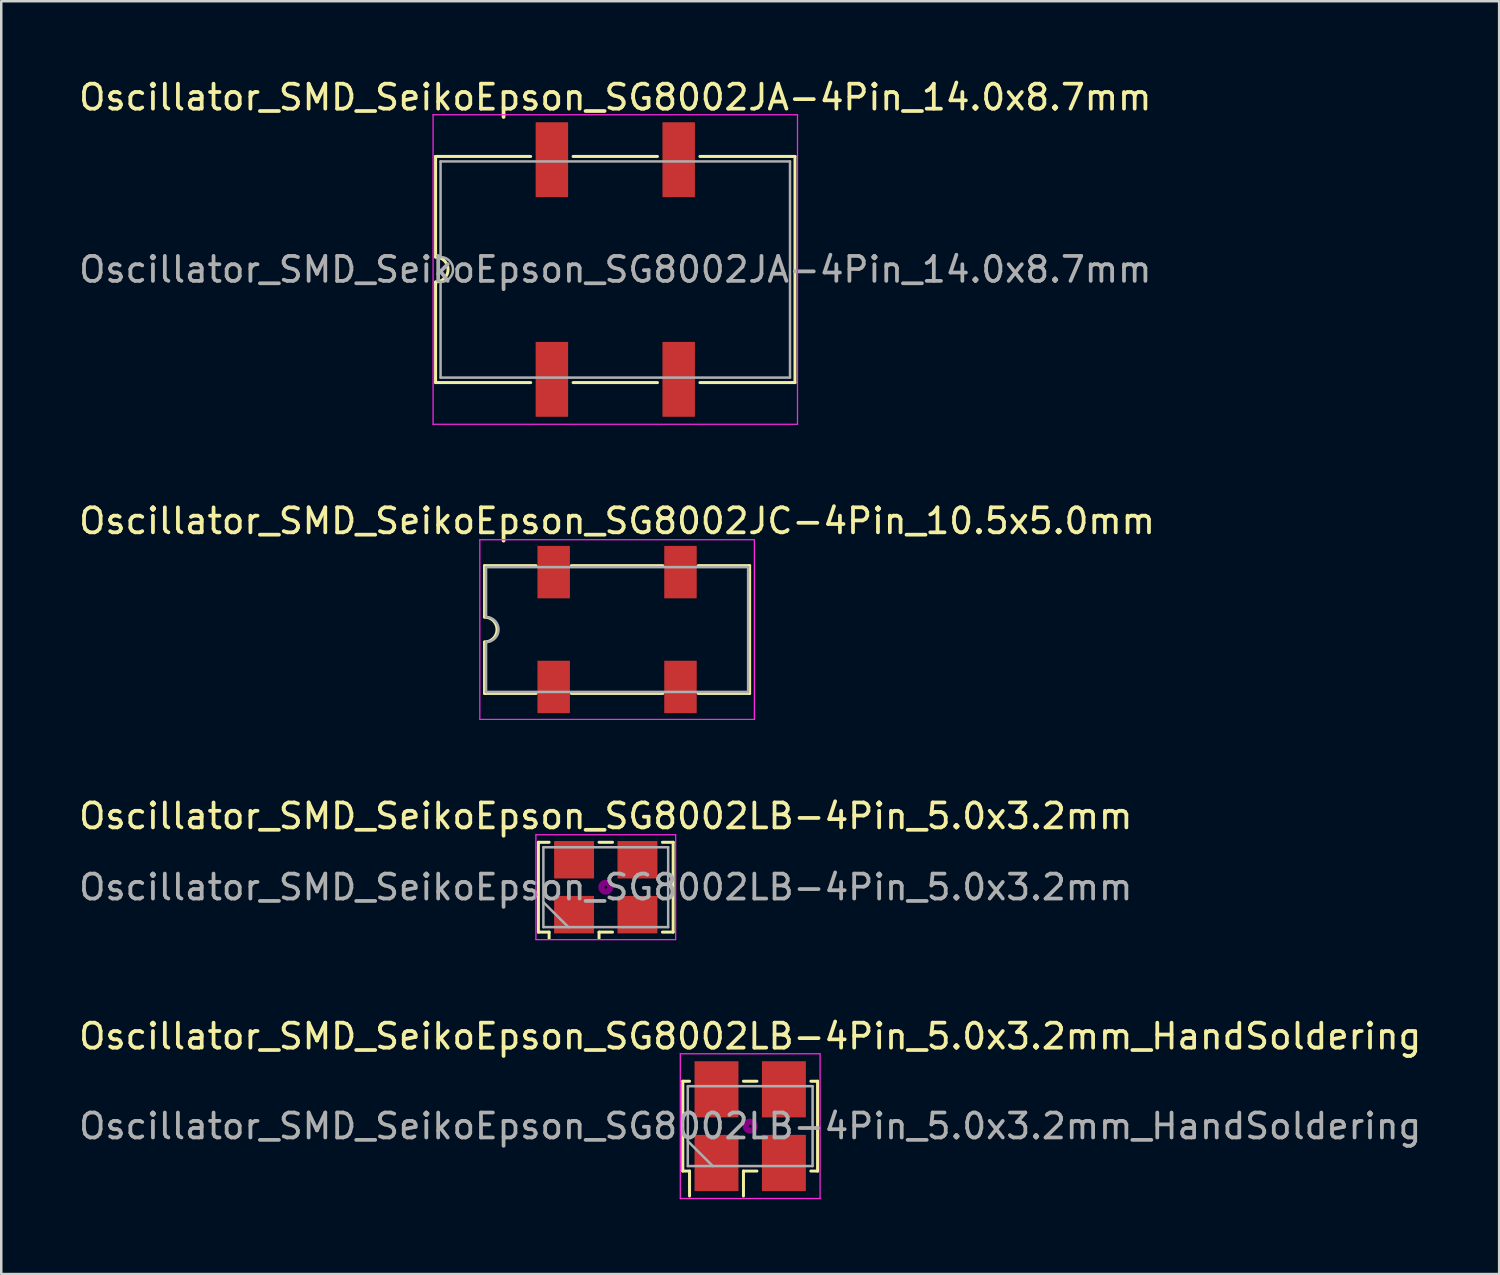
<source format=kicad_pcb>
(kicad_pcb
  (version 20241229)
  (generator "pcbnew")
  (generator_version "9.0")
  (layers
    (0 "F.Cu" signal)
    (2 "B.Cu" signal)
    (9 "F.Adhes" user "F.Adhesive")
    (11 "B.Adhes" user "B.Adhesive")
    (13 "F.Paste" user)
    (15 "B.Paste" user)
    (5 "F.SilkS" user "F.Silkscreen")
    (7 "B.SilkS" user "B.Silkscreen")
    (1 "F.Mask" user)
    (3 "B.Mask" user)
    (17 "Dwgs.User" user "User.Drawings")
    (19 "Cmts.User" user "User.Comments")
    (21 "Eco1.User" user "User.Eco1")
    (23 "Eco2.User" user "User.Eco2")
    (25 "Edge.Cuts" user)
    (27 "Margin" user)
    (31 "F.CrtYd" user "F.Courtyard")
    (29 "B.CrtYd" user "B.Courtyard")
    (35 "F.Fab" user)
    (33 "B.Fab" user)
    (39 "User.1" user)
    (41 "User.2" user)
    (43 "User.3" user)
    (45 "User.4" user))
  (footprint "Oscillator_SMD_SeikoEpson_SG8002JA-4Pin_14.0x8.7mm"
    (layer "F.Cu")
    (at 21.601 7.748)
    (property "Reference" "Oscillator_SMD_SeikoEpson_SG8002JA-4Pin_14.0x8.7mm" (at 0 -6.9 0) (layer "F.SilkS") (effects (font (size 1 1) (thickness 0.15))))
    (attr smd)
    (fp_line (start -7.2 -4.53) (end -3.39 -4.53) (stroke (width 0.12) (type solid)) (layer "F.SilkS"))
    (fp_line (start -7.2 -0.5) (end -7.2 -4.53) (stroke (width 0.12) (type solid)) (layer "F.SilkS"))
    (fp_line (start -7.2 4.53) (end -7.2 0.5) (stroke (width 0.12) (type solid)) (layer "F.SilkS"))
    (fp_line (start -7.2 4.53) (end -3.39 4.53) (stroke (width 0.12) (type solid)) (layer "F.SilkS"))
    (fp_line (start -1.69 -4.53) (end 1.69 -4.53) (stroke (width 0.12) (type solid)) (layer "F.SilkS"))
    (fp_line (start 1.69 4.53) (end -1.69 4.53) (stroke (width 0.12) (type solid)) (layer "F.SilkS"))
    (fp_line (start 3.39 -4.53) (end 7.2 -4.53) (stroke (width 0.12) (type solid)) (layer "F.SilkS"))
    (fp_line (start 7.2 -4.53) (end 7.2 4.53) (stroke (width 0.12) (type solid)) (layer "F.SilkS"))
    (fp_line (start 7.2 4.53) (end 3.39 4.53) (stroke (width 0.12) (type solid)) (layer "F.SilkS"))
    (fp_arc (start -7.2 -0.5) (mid -6.7 0) (end -7.2 0.5) (stroke (width 0.12) (type solid)) (layer "F.SilkS"))
    (fp_line (start -7.3 -6.2) (end -7.3 6.2) (stroke (width 0.05) (type solid)) (layer "F.CrtYd"))
    (fp_line (start -7.3 6.2) (end 7.3 6.2) (stroke (width 0.05) (type solid)) (layer "F.CrtYd"))
    (fp_line (start 7.3 -6.2) (end -7.3 -6.2) (stroke (width 0.05) (type solid)) (layer "F.CrtYd"))
    (fp_line (start 7.3 6.2) (end 7.3 -6.2) (stroke (width 0.05) (type solid)) (layer "F.CrtYd"))
    (fp_line (start -7 -4.33) (end 7 -4.33) (stroke (width 0.1) (type solid)) (layer "F.Fab"))
    (fp_line (start -7 -0.5) (end -7 -4.33) (stroke (width 0.1) (type solid)) (layer "F.Fab"))
    (fp_line (start -7 4.33) (end -7 0.5) (stroke (width 0.1) (type solid)) (layer "F.Fab"))
    (fp_line (start 7 -4.33) (end 7 4.33) (stroke (width 0.1) (type solid)) (layer "F.Fab"))
    (fp_line (start 7 4.33) (end -7 4.33) (stroke (width 0.1) (type solid)) (layer "F.Fab"))
    (fp_arc (start -7 -0.5) (mid -6.5 0) (end -7 0.5) (stroke (width 0.1) (type solid)) (layer "F.Fab"))
    (fp_text user "${REFERENCE}" (at 0 0 0) (layer "F.Fab") (effects (font (size 1 1) (thickness 0.15))))
    (pad "1" smd rect (at -2.54 4.4) (size 1.3 3) (layers "F.Cu" "F.Mask" "F.Paste"))
    (pad "2" smd rect (at 2.54 4.4) (size 1.3 3) (layers "F.Cu" "F.Mask" "F.Paste"))
    (pad "3" smd rect (at 2.54 -4.4) (size 1.3 3) (layers "F.Cu" "F.Mask" "F.Paste"))
    (pad "4" smd rect (at -2.54 -4.4) (size 1.3 3) (layers "F.Cu" "F.Mask" "F.Paste")))
  (footprint "Oscillator_SMD_SeikoEpson_SG8002LB-4Pin_5.0x3.2mm_HandSoldering"
    (layer "F.Cu")
    (at 27.006 42.068)
    (property "Reference" "Oscillator_SMD_SeikoEpson_SG8002LB-4Pin_5.0x3.2mm_HandSoldering" (at 0 -3.6 0) (layer "F.SilkS") (effects (font (size 1 1) (thickness 0.15))))
    (attr smd)
    (fp_line (start -2.7 -1.8) (end -2.43 -1.8) (stroke (width 0.12) (type solid)) (layer "F.SilkS"))
    (fp_line (start -2.7 1.8) (end -2.7 -1.8) (stroke (width 0.12) (type solid)) (layer "F.SilkS"))
    (fp_line (start -2.43 1.8) (end -2.7 1.8) (stroke (width 0.12) (type solid)) (layer "F.SilkS"))
    (fp_line (start -2.43 2.8) (end -2.43 1.8) (stroke (width 0.12) (type solid)) (layer "F.SilkS"))
    (fp_line (start -0.27 -1.8) (end 0.27 -1.8) (stroke (width 0.12) (type solid)) (layer "F.SilkS"))
    (fp_line (start -0.27 1.8) (end -0.27 2.8) (stroke (width 0.12) (type solid)) (layer "F.SilkS"))
    (fp_line (start 0.27 1.8) (end -0.27 1.8) (stroke (width 0.12) (type solid)) (layer "F.SilkS"))
    (fp_line (start 2.43 -1.8) (end 2.7 -1.8) (stroke (width 0.12) (type solid)) (layer "F.SilkS"))
    (fp_line (start 2.7 -1.8) (end 2.7 1.8) (stroke (width 0.12) (type solid)) (layer "F.SilkS"))
    (fp_line (start 2.7 1.8) (end 2.43 1.8) (stroke (width 0.12) (type solid)) (layer "F.SilkS"))
    (fp_circle (center 0 0) (end 0.058 0) (stroke (width 0.117) (type solid)) (fill no) (layer "F.Adhes"))
    (fp_circle (center 0 0) (end 0.133 0) (stroke (width 0.083) (type solid)) (fill no) (layer "F.Adhes"))
    (fp_circle (center 0 0) (end 0.208 0) (stroke (width 0.083) (type solid)) (fill no) (layer "F.Adhes"))
    (fp_circle (center 0 0) (end 0.25 0) (stroke (width 0.1) (type solid)) (fill no) (layer "F.Adhes"))
    (fp_line (start -2.8 -2.9) (end -2.8 2.9) (stroke (width 0.05) (type solid)) (layer "F.CrtYd"))
    (fp_line (start -2.8 2.9) (end 2.8 2.9) (stroke (width 0.05) (type solid)) (layer "F.CrtYd"))
    (fp_line (start 2.8 -2.9) (end -2.8 -2.9) (stroke (width 0.05) (type solid)) (layer "F.CrtYd"))
    (fp_line (start 2.8 2.9) (end 2.8 -2.9) (stroke (width 0.05) (type solid)) (layer "F.CrtYd"))
    (fp_line (start -2.5 -1.6) (end -2.5 1.6) (stroke (width 0.1) (type solid)) (layer "F.Fab"))
    (fp_line (start -2.5 0.6) (end -1.5 1.6) (stroke (width 0.1) (type solid)) (layer "F.Fab"))
    (fp_line (start -2.5 1.6) (end 2.5 1.6) (stroke (width 0.1) (type solid)) (layer "F.Fab"))
    (fp_line (start 2.5 -1.6) (end -2.5 -1.6) (stroke (width 0.1) (type solid)) (layer "F.Fab"))
    (fp_line (start 2.5 1.6) (end 2.5 -1.6) (stroke (width 0.1) (type solid)) (layer "F.Fab"))
    (fp_text user "${REFERENCE}" (at 0 0 0) (layer "F.Fab") (effects (font (size 1 1) (thickness 0.15))))
    (pad "1" smd rect (at -1.35 1.475) (size 1.76 2.25) (layers "F.Cu" "F.Mask" "F.Paste"))
    (pad "2" smd rect (at 1.35 1.475) (size 1.76 2.25) (layers "F.Cu" "F.Mask" "F.Paste"))
    (pad "3" smd rect (at 1.35 -1.475) (size 1.76 2.25) (layers "F.Cu" "F.Mask" "F.Paste"))
    (pad "4" smd rect (at -1.35 -1.475) (size 1.76 2.25) (layers "F.Cu" "F.Mask" "F.Paste")))
  (footprint "Oscillator_SMD_SeikoEpson_SG8002LB-4Pin_5.0x3.2mm"
    (layer "F.Cu")
    (at 21.22 32.495)
    (property "Reference" "Oscillator_SMD_SeikoEpson_SG8002LB-4Pin_5.0x3.2mm" (at 0 -2.85 0) (layer "F.SilkS") (effects (font (size 1 1) (thickness 0.15))))
    (attr smd)
    (fp_line (start -2.7 -1.8) (end -2.27 -1.8) (stroke (width 0.12) (type solid)) (layer "F.SilkS"))
    (fp_line (start -2.7 1.8) (end -2.7 -1.8) (stroke (width 0.12) (type solid)) (layer "F.SilkS"))
    (fp_line (start -2.27 1.8) (end -2.7 1.8) (stroke (width 0.12) (type solid)) (layer "F.SilkS"))
    (fp_line (start -2.27 2.05) (end -2.27 1.8) (stroke (width 0.12) (type solid)) (layer "F.SilkS"))
    (fp_line (start -0.27 -1.8) (end 0.27 -1.8) (stroke (width 0.12) (type solid)) (layer "F.SilkS"))
    (fp_line (start -0.27 1.8) (end -0.27 2.05) (stroke (width 0.12) (type solid)) (layer "F.SilkS"))
    (fp_line (start 0.27 1.8) (end -0.27 1.8) (stroke (width 0.12) (type solid)) (layer "F.SilkS"))
    (fp_line (start 2.27 -1.8) (end 2.7 -1.8) (stroke (width 0.12) (type solid)) (layer "F.SilkS"))
    (fp_line (start 2.7 -1.8) (end 2.7 1.8) (stroke (width 0.12) (type solid)) (layer "F.SilkS"))
    (fp_line (start 2.7 1.8) (end 2.27 1.8) (stroke (width 0.12) (type solid)) (layer "F.SilkS"))
    (fp_circle (center 0 0) (end 0.058 0) (stroke (width 0.117) (type solid)) (fill no) (layer "F.Adhes"))
    (fp_circle (center 0 0) (end 0.133 0) (stroke (width 0.083) (type solid)) (fill no) (layer "F.Adhes"))
    (fp_circle (center 0 0) (end 0.208 0) (stroke (width 0.083) (type solid)) (fill no) (layer "F.Adhes"))
    (fp_circle (center 0 0) (end 0.25 0) (stroke (width 0.1) (type solid)) (fill no) (layer "F.Adhes"))
    (fp_line (start -2.8 -2.1) (end -2.8 2.1) (stroke (width 0.05) (type solid)) (layer "F.CrtYd"))
    (fp_line (start -2.8 2.1) (end 2.8 2.1) (stroke (width 0.05) (type solid)) (layer "F.CrtYd"))
    (fp_line (start 2.8 -2.1) (end -2.8 -2.1) (stroke (width 0.05) (type solid)) (layer "F.CrtYd"))
    (fp_line (start 2.8 2.1) (end 2.8 -2.1) (stroke (width 0.05) (type solid)) (layer "F.CrtYd"))
    (fp_line (start -2.5 -1.6) (end -2.5 1.6) (stroke (width 0.1) (type solid)) (layer "F.Fab"))
    (fp_line (start -2.5 0.6) (end -1.5 1.6) (stroke (width 0.1) (type solid)) (layer "F.Fab"))
    (fp_line (start -2.5 1.6) (end 2.5 1.6) (stroke (width 0.1) (type solid)) (layer "F.Fab"))
    (fp_line (start 2.5 -1.6) (end -2.5 -1.6) (stroke (width 0.1) (type solid)) (layer "F.Fab"))
    (fp_line (start 2.5 1.6) (end 2.5 -1.6) (stroke (width 0.1) (type solid)) (layer "F.Fab"))
    (fp_text user "${REFERENCE}" (at 0 0 0) (layer "F.Fab") (effects (font (size 1 1) (thickness 0.15))))
    (pad "1" smd rect (at -1.27 1.1) (size 1.6 1.5) (layers "F.Cu" "F.Mask" "F.Paste"))
    (pad "2" smd rect (at 1.27 1.1) (size 1.6 1.5) (layers "F.Cu" "F.Mask" "F.Paste"))
    (pad "3" smd rect (at 1.27 -1.1) (size 1.6 1.5) (layers "F.Cu" "F.Mask" "F.Paste"))
    (pad "4" smd rect (at -1.27 -1.1) (size 1.6 1.5) (layers "F.Cu" "F.Mask" "F.Paste")))
  (footprint "Oscillator_SMD_SeikoEpson_SG8002JC-4Pin_10.5x5.0mm"
    (layer "F.Cu")
    (at 21.673 22.172)
    (property "Reference" "Oscillator_SMD_SeikoEpson_SG8002JC-4Pin_10.5x5.0mm" (at 0 -4.35 0) (layer "F.SilkS") (effects (font (size 1 1) (thickness 0.15))))
    (attr smd)
    (fp_line (start -5.31 -2.56) (end -3.25 -2.56) (stroke (width 0.12) (type solid)) (layer "F.SilkS"))
    (fp_line (start -5.31 -0.5) (end -5.31 -2.56) (stroke (width 0.12) (type solid)) (layer "F.SilkS"))
    (fp_line (start -5.31 2.56) (end -5.31 0.5) (stroke (width 0.12) (type solid)) (layer "F.SilkS"))
    (fp_line (start -5.31 2.56) (end -3.25 2.56) (stroke (width 0.12) (type solid)) (layer "F.SilkS"))
    (fp_line (start -1.83 -2.56) (end 1.83 -2.56) (stroke (width 0.12) (type solid)) (layer "F.SilkS"))
    (fp_line (start 1.83 2.56) (end -1.83 2.56) (stroke (width 0.12) (type solid)) (layer "F.SilkS"))
    (fp_line (start 3.25 -2.56) (end 5.31 -2.56) (stroke (width 0.12) (type solid)) (layer "F.SilkS"))
    (fp_line (start 5.31 -2.56) (end 5.31 2.56) (stroke (width 0.12) (type solid)) (layer "F.SilkS"))
    (fp_line (start 5.31 2.56) (end 3.25 2.56) (stroke (width 0.12) (type solid)) (layer "F.SilkS"))
    (fp_arc (start -5.31 -0.5) (mid -4.81 0) (end -5.31 0.5) (stroke (width 0.12) (type solid)) (layer "F.SilkS"))
    (fp_line (start -5.5 -3.6) (end -5.5 3.6) (stroke (width 0.05) (type solid)) (layer "F.CrtYd"))
    (fp_line (start -5.5 3.6) (end 5.5 3.6) (stroke (width 0.05) (type solid)) (layer "F.CrtYd"))
    (fp_line (start 5.5 -3.6) (end -5.5 -3.6) (stroke (width 0.05) (type solid)) (layer "F.CrtYd"))
    (fp_line (start 5.5 3.6) (end 5.5 -3.6) (stroke (width 0.05) (type solid)) (layer "F.CrtYd"))
    (fp_line (start -5.25 -2.5) (end 5.25 -2.5) (stroke (width 0.1) (type solid)) (layer "F.Fab"))
    (fp_line (start -5.25 -0.5) (end -5.25 -2.5) (stroke (width 0.1) (type solid)) (layer "F.Fab"))
    (fp_line (start -5.25 2.5) (end -5.25 0.5) (stroke (width 0.1) (type solid)) (layer "F.Fab"))
    (fp_line (start 5.25 -2.5) (end 5.25 2.5) (stroke (width 0.1) (type solid)) (layer "F.Fab"))
    (fp_line (start 5.25 2.5) (end -5.25 2.5) (stroke (width 0.1) (type solid)) (layer "F.Fab"))
    (fp_arc (start -5.25 -0.5) (mid -4.75 0) (end -5.25 0.5) (stroke (width 0.1) (type solid)) (layer "F.Fab"))
    (pad "1" smd rect (at -2.54 2.3) (size 1.3 2.1) (layers "F.Cu" "F.Mask"))
    (pad "2" smd rect (at 2.54 2.3) (size 1.3 2.1) (layers "F.Cu" "F.Mask"))
    (pad "3" smd rect (at 2.54 -2.3) (size 1.3 2.1) (layers "F.Cu" "F.Mask"))
    (pad "4" smd rect (at -2.54 -2.3) (size 1.3 2.1) (layers "F.Cu" "F.Mask")))
  (gr_rect
    (start -3 -3)
    (end 57.012 47.993)
    (stroke (width 0.1) (type default))
    (fill no)
    (layer "Edge.Cuts")))
</source>
